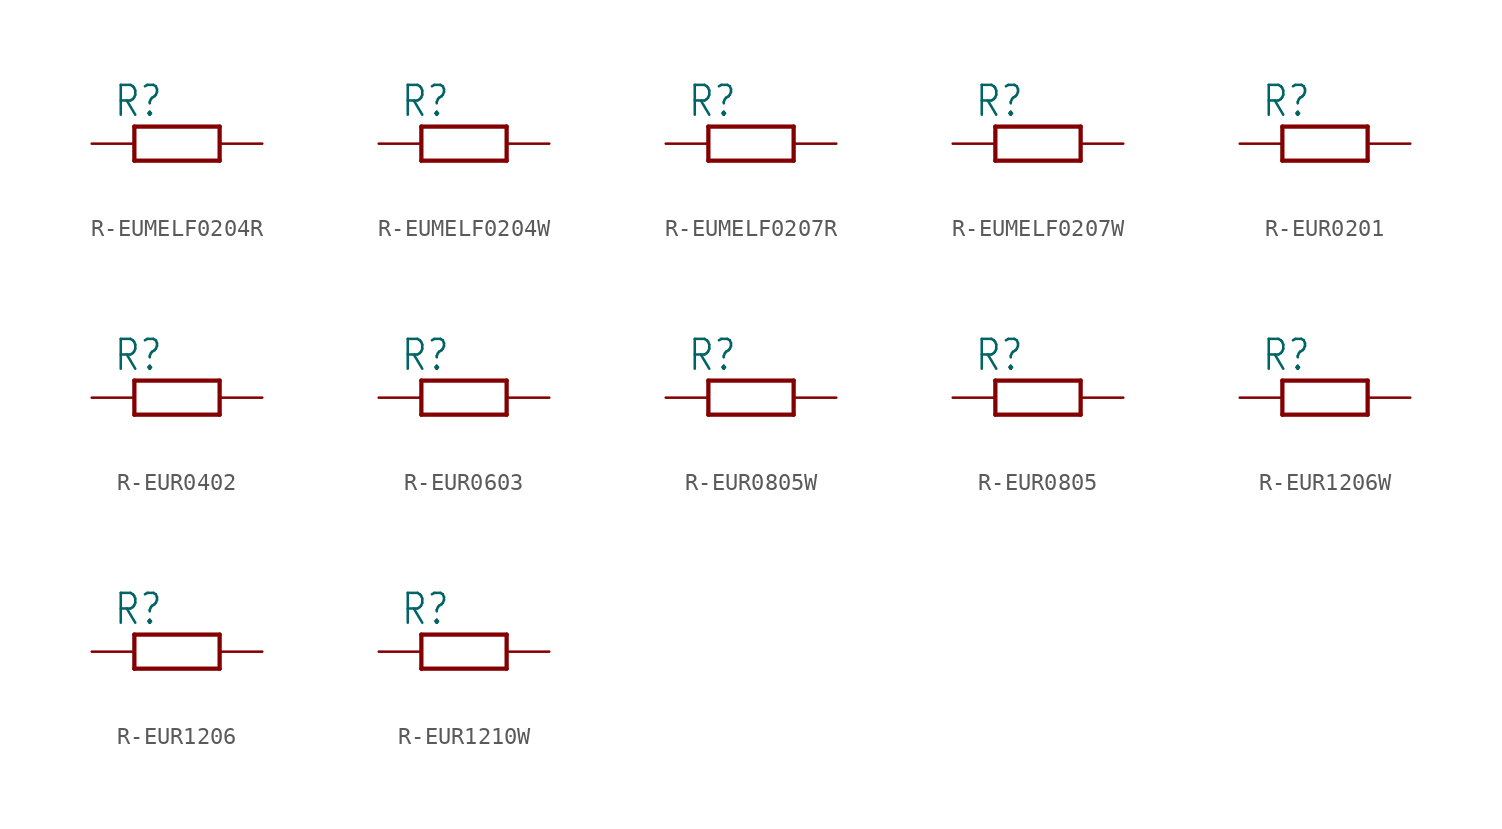
<source format=kicad_sym>
(kicad_symbol_lib
  (version 20220914)
  (generator kicad_symbol_editor)
  (symbol "R-EUMELF0204R"
    (property "Reference" "R"
      (at -3.81 1.499 0)
      (effects (font (size 1.778 1.511)) (justify left bottom)))
    (property "Value" ""
      (at -3.81 -3.302 0)
      (effects (font (size 1.778 1.511)) (justify left bottom)))
    (property "ki_locked" ""
      (at 0 0 0)
      (effects (font (size 1.27 1.27))))
    (symbol "R-EUMELF0204R_1_0"
      (polyline (pts (xy -2.54 -1.016) (xy -2.54 1.016)) (stroke (width 0.254) (type solid)) (fill (type none)))
      (polyline (pts (xy -2.54 1.016) (xy 2.54 1.016)) (stroke (width 0.254) (type solid)) (fill (type none)))
      (polyline (pts (xy 2.54 -1.016) (xy -2.54 -1.016)) (stroke (width 0.254) (type solid)) (fill (type none)))
      (polyline (pts (xy 2.54 1.016) (xy 2.54 -1.016)) (stroke (width 0.254) (type solid)) (fill (type none)))
      (pin passive line (at -5.08 0 0) (length 2.54) (name "1" (effects (font (size 0 0)))) (number "1" (effects (font (size 0 0)))))
      (pin passive line (at 5.08 0 180) (length 2.54) (name "2" (effects (font (size 0 0)))) (number "2" (effects (font (size 0 0)))))))
  (symbol "R-EUMELF0204W"
    (property "Reference" "R"
      (at -3.81 1.499 0)
      (effects (font (size 1.778 1.511)) (justify left bottom)))
    (property "Value" ""
      (at -3.81 -3.302 0)
      (effects (font (size 1.778 1.511)) (justify left bottom)))
    (property "ki_locked" ""
      (at 0 0 0)
      (effects (font (size 1.27 1.27))))
    (symbol "R-EUMELF0204W_1_0"
      (polyline (pts (xy -2.54 -1.016) (xy -2.54 1.016)) (stroke (width 0.254) (type solid)) (fill (type none)))
      (polyline (pts (xy -2.54 1.016) (xy 2.54 1.016)) (stroke (width 0.254) (type solid)) (fill (type none)))
      (polyline (pts (xy 2.54 -1.016) (xy -2.54 -1.016)) (stroke (width 0.254) (type solid)) (fill (type none)))
      (polyline (pts (xy 2.54 1.016) (xy 2.54 -1.016)) (stroke (width 0.254) (type solid)) (fill (type none)))
      (pin passive line (at -5.08 0 0) (length 2.54) (name "1" (effects (font (size 0 0)))) (number "1" (effects (font (size 0 0)))))
      (pin passive line (at 5.08 0 180) (length 2.54) (name "2" (effects (font (size 0 0)))) (number "2" (effects (font (size 0 0)))))))
  (symbol "R-EUMELF0207R"
    (property "Reference" "R"
      (at -3.81 1.499 0)
      (effects (font (size 1.778 1.511)) (justify left bottom)))
    (property "Value" ""
      (at -3.81 -3.302 0)
      (effects (font (size 1.778 1.511)) (justify left bottom)))
    (property "ki_locked" ""
      (at 0 0 0)
      (effects (font (size 1.27 1.27))))
    (symbol "R-EUMELF0207R_1_0"
      (polyline (pts (xy -2.54 -1.016) (xy -2.54 1.016)) (stroke (width 0.254) (type solid)) (fill (type none)))
      (polyline (pts (xy -2.54 1.016) (xy 2.54 1.016)) (stroke (width 0.254) (type solid)) (fill (type none)))
      (polyline (pts (xy 2.54 -1.016) (xy -2.54 -1.016)) (stroke (width 0.254) (type solid)) (fill (type none)))
      (polyline (pts (xy 2.54 1.016) (xy 2.54 -1.016)) (stroke (width 0.254) (type solid)) (fill (type none)))
      (pin passive line (at -5.08 0 0) (length 2.54) (name "1" (effects (font (size 0 0)))) (number "1" (effects (font (size 0 0)))))
      (pin passive line (at 5.08 0 180) (length 2.54) (name "2" (effects (font (size 0 0)))) (number "2" (effects (font (size 0 0)))))))
  (symbol "R-EUMELF0207W"
    (property "Reference" "R"
      (at -3.81 1.499 0)
      (effects (font (size 1.778 1.511)) (justify left bottom)))
    (property "Value" ""
      (at -3.81 -3.302 0)
      (effects (font (size 1.778 1.511)) (justify left bottom)))
    (property "ki_locked" ""
      (at 0 0 0)
      (effects (font (size 1.27 1.27))))
    (symbol "R-EUMELF0207W_1_0"
      (polyline (pts (xy -2.54 -1.016) (xy -2.54 1.016)) (stroke (width 0.254) (type solid)) (fill (type none)))
      (polyline (pts (xy -2.54 1.016) (xy 2.54 1.016)) (stroke (width 0.254) (type solid)) (fill (type none)))
      (polyline (pts (xy 2.54 -1.016) (xy -2.54 -1.016)) (stroke (width 0.254) (type solid)) (fill (type none)))
      (polyline (pts (xy 2.54 1.016) (xy 2.54 -1.016)) (stroke (width 0.254) (type solid)) (fill (type none)))
      (pin passive line (at -5.08 0 0) (length 2.54) (name "1" (effects (font (size 0 0)))) (number "1" (effects (font (size 0 0)))))
      (pin passive line (at 5.08 0 180) (length 2.54) (name "2" (effects (font (size 0 0)))) (number "2" (effects (font (size 0 0)))))))
  (symbol "R-EUR0201"
    (property "Reference" "R"
      (at -3.81 1.499 0)
      (effects (font (size 1.778 1.511)) (justify left bottom)))
    (property "Value" ""
      (at -3.81 -3.302 0)
      (effects (font (size 1.778 1.511)) (justify left bottom)))
    (property "ki_locked" ""
      (at 0 0 0)
      (effects (font (size 1.27 1.27))))
    (symbol "R-EUR0201_1_0"
      (polyline (pts (xy -2.54 -1.016) (xy -2.54 1.016)) (stroke (width 0.254) (type solid)) (fill (type none)))
      (polyline (pts (xy -2.54 1.016) (xy 2.54 1.016)) (stroke (width 0.254) (type solid)) (fill (type none)))
      (polyline (pts (xy 2.54 -1.016) (xy -2.54 -1.016)) (stroke (width 0.254) (type solid)) (fill (type none)))
      (polyline (pts (xy 2.54 1.016) (xy 2.54 -1.016)) (stroke (width 0.254) (type solid)) (fill (type none)))
      (pin passive line (at -5.08 0 0) (length 2.54) (name "1" (effects (font (size 0 0)))) (number "1" (effects (font (size 0 0)))))
      (pin passive line (at 5.08 0 180) (length 2.54) (name "2" (effects (font (size 0 0)))) (number "2" (effects (font (size 0 0)))))))
  (symbol "R-EUR0402"
    (property "Reference" "R"
      (at -3.81 1.499 0)
      (effects (font (size 1.778 1.511)) (justify left bottom)))
    (property "Value" ""
      (at -3.81 -3.302 0)
      (effects (font (size 1.778 1.511)) (justify left bottom)))
    (property "ki_locked" ""
      (at 0 0 0)
      (effects (font (size 1.27 1.27))))
    (symbol "R-EUR0402_1_0"
      (polyline (pts (xy -2.54 -1.016) (xy -2.54 1.016)) (stroke (width 0.254) (type solid)) (fill (type none)))
      (polyline (pts (xy -2.54 1.016) (xy 2.54 1.016)) (stroke (width 0.254) (type solid)) (fill (type none)))
      (polyline (pts (xy 2.54 -1.016) (xy -2.54 -1.016)) (stroke (width 0.254) (type solid)) (fill (type none)))
      (polyline (pts (xy 2.54 1.016) (xy 2.54 -1.016)) (stroke (width 0.254) (type solid)) (fill (type none)))
      (pin passive line (at -5.08 0 0) (length 2.54) (name "1" (effects (font (size 0 0)))) (number "1" (effects (font (size 0 0)))))
      (pin passive line (at 5.08 0 180) (length 2.54) (name "2" (effects (font (size 0 0)))) (number "2" (effects (font (size 0 0)))))))
  (symbol "R-EUR0603"
    (property "Reference" "R"
      (at -3.81 1.499 0)
      (effects (font (size 1.778 1.511)) (justify left bottom)))
    (property "Value" ""
      (at -3.81 -3.302 0)
      (effects (font (size 1.778 1.511)) (justify left bottom)))
    (property "ki_locked" ""
      (at 0 0 0)
      (effects (font (size 1.27 1.27))))
    (symbol "R-EUR0603_1_0"
      (polyline (pts (xy -2.54 -1.016) (xy -2.54 1.016)) (stroke (width 0.254) (type solid)) (fill (type none)))
      (polyline (pts (xy -2.54 1.016) (xy 2.54 1.016)) (stroke (width 0.254) (type solid)) (fill (type none)))
      (polyline (pts (xy 2.54 -1.016) (xy -2.54 -1.016)) (stroke (width 0.254) (type solid)) (fill (type none)))
      (polyline (pts (xy 2.54 1.016) (xy 2.54 -1.016)) (stroke (width 0.254) (type solid)) (fill (type none)))
      (pin passive line (at -5.08 0 0) (length 2.54) (name "1" (effects (font (size 0 0)))) (number "1" (effects (font (size 0 0)))))
      (pin passive line (at 5.08 0 180) (length 2.54) (name "2" (effects (font (size 0 0)))) (number "2" (effects (font (size 0 0)))))))
  (symbol "R-EUR0805W"
    (property "Reference" "R"
      (at -3.81 1.499 0)
      (effects (font (size 1.778 1.511)) (justify left bottom)))
    (property "Value" ""
      (at -3.81 -3.302 0)
      (effects (font (size 1.778 1.511)) (justify left bottom)))
    (property "ki_locked" ""
      (at 0 0 0)
      (effects (font (size 1.27 1.27))))
    (symbol "R-EUR0805W_1_0"
      (polyline (pts (xy -2.54 -1.016) (xy -2.54 1.016)) (stroke (width 0.254) (type solid)) (fill (type none)))
      (polyline (pts (xy -2.54 1.016) (xy 2.54 1.016)) (stroke (width 0.254) (type solid)) (fill (type none)))
      (polyline (pts (xy 2.54 -1.016) (xy -2.54 -1.016)) (stroke (width 0.254) (type solid)) (fill (type none)))
      (polyline (pts (xy 2.54 1.016) (xy 2.54 -1.016)) (stroke (width 0.254) (type solid)) (fill (type none)))
      (pin passive line (at -5.08 0 0) (length 2.54) (name "1" (effects (font (size 0 0)))) (number "1" (effects (font (size 0 0)))))
      (pin passive line (at 5.08 0 180) (length 2.54) (name "2" (effects (font (size 0 0)))) (number "2" (effects (font (size 0 0)))))))
  (symbol "R-EUR0805"
    (property "Reference" "R"
      (at -3.81 1.499 0)
      (effects (font (size 1.778 1.511)) (justify left bottom)))
    (property "Value" ""
      (at -3.81 -3.302 0)
      (effects (font (size 1.778 1.511)) (justify left bottom)))
    (property "ki_locked" ""
      (at 0 0 0)
      (effects (font (size 1.27 1.27))))
    (symbol "R-EUR0805_1_0"
      (polyline (pts (xy -2.54 -1.016) (xy -2.54 1.016)) (stroke (width 0.254) (type solid)) (fill (type none)))
      (polyline (pts (xy -2.54 1.016) (xy 2.54 1.016)) (stroke (width 0.254) (type solid)) (fill (type none)))
      (polyline (pts (xy 2.54 -1.016) (xy -2.54 -1.016)) (stroke (width 0.254) (type solid)) (fill (type none)))
      (polyline (pts (xy 2.54 1.016) (xy 2.54 -1.016)) (stroke (width 0.254) (type solid)) (fill (type none)))
      (pin passive line (at -5.08 0 0) (length 2.54) (name "1" (effects (font (size 0 0)))) (number "1" (effects (font (size 0 0)))))
      (pin passive line (at 5.08 0 180) (length 2.54) (name "2" (effects (font (size 0 0)))) (number "2" (effects (font (size 0 0)))))))
  (symbol "R-EUR1206W"
    (property "Reference" "R"
      (at -3.81 1.499 0)
      (effects (font (size 1.778 1.511)) (justify left bottom)))
    (property "Value" ""
      (at -3.81 -3.302 0)
      (effects (font (size 1.778 1.511)) (justify left bottom)))
    (property "ki_locked" ""
      (at 0 0 0)
      (effects (font (size 1.27 1.27))))
    (symbol "R-EUR1206W_1_0"
      (polyline (pts (xy -2.54 -1.016) (xy -2.54 1.016)) (stroke (width 0.254) (type solid)) (fill (type none)))
      (polyline (pts (xy -2.54 1.016) (xy 2.54 1.016)) (stroke (width 0.254) (type solid)) (fill (type none)))
      (polyline (pts (xy 2.54 -1.016) (xy -2.54 -1.016)) (stroke (width 0.254) (type solid)) (fill (type none)))
      (polyline (pts (xy 2.54 1.016) (xy 2.54 -1.016)) (stroke (width 0.254) (type solid)) (fill (type none)))
      (pin passive line (at -5.08 0 0) (length 2.54) (name "1" (effects (font (size 0 0)))) (number "1" (effects (font (size 0 0)))))
      (pin passive line (at 5.08 0 180) (length 2.54) (name "2" (effects (font (size 0 0)))) (number "2" (effects (font (size 0 0)))))))
  (symbol "R-EUR1206"
    (property "Reference" "R"
      (at -3.81 1.499 0)
      (effects (font (size 1.778 1.511)) (justify left bottom)))
    (property "Value" ""
      (at -3.81 -3.302 0)
      (effects (font (size 1.778 1.511)) (justify left bottom)))
    (property "ki_locked" ""
      (at 0 0 0)
      (effects (font (size 1.27 1.27))))
    (symbol "R-EUR1206_1_0"
      (polyline (pts (xy -2.54 -1.016) (xy -2.54 1.016)) (stroke (width 0.254) (type solid)) (fill (type none)))
      (polyline (pts (xy -2.54 1.016) (xy 2.54 1.016)) (stroke (width 0.254) (type solid)) (fill (type none)))
      (polyline (pts (xy 2.54 -1.016) (xy -2.54 -1.016)) (stroke (width 0.254) (type solid)) (fill (type none)))
      (polyline (pts (xy 2.54 1.016) (xy 2.54 -1.016)) (stroke (width 0.254) (type solid)) (fill (type none)))
      (pin passive line (at -5.08 0 0) (length 2.54) (name "1" (effects (font (size 0 0)))) (number "1" (effects (font (size 0 0)))))
      (pin passive line (at 5.08 0 180) (length 2.54) (name "2" (effects (font (size 0 0)))) (number "2" (effects (font (size 0 0)))))))
  (symbol "R-EUR1210W"
    (property "Reference" "R"
      (at -3.81 1.499 0)
      (effects (font (size 1.778 1.511)) (justify left bottom)))
    (property "Value" ""
      (at -3.81 -3.302 0)
      (effects (font (size 1.778 1.511)) (justify left bottom)))
    (property "ki_locked" ""
      (at 0 0 0)
      (effects (font (size 1.27 1.27))))
    (symbol "R-EUR1210W_1_0"
      (polyline (pts (xy -2.54 -1.016) (xy -2.54 1.016)) (stroke (width 0.254) (type solid)) (fill (type none)))
      (polyline (pts (xy -2.54 1.016) (xy 2.54 1.016)) (stroke (width 0.254) (type solid)) (fill (type none)))
      (polyline (pts (xy 2.54 -1.016) (xy -2.54 -1.016)) (stroke (width 0.254) (type solid)) (fill (type none)))
      (polyline (pts (xy 2.54 1.016) (xy 2.54 -1.016)) (stroke (width 0.254) (type solid)) (fill (type none)))
      (pin passive line (at -5.08 0 0) (length 2.54) (name "1" (effects (font (size 0 0)))) (number "1" (effects (font (size 0 0)))))
      (pin passive line (at 5.08 0 180) (length 2.54) (name "2" (effects (font (size 0 0)))) (number "2" (effects (font (size 0 0))))))))
</source>
